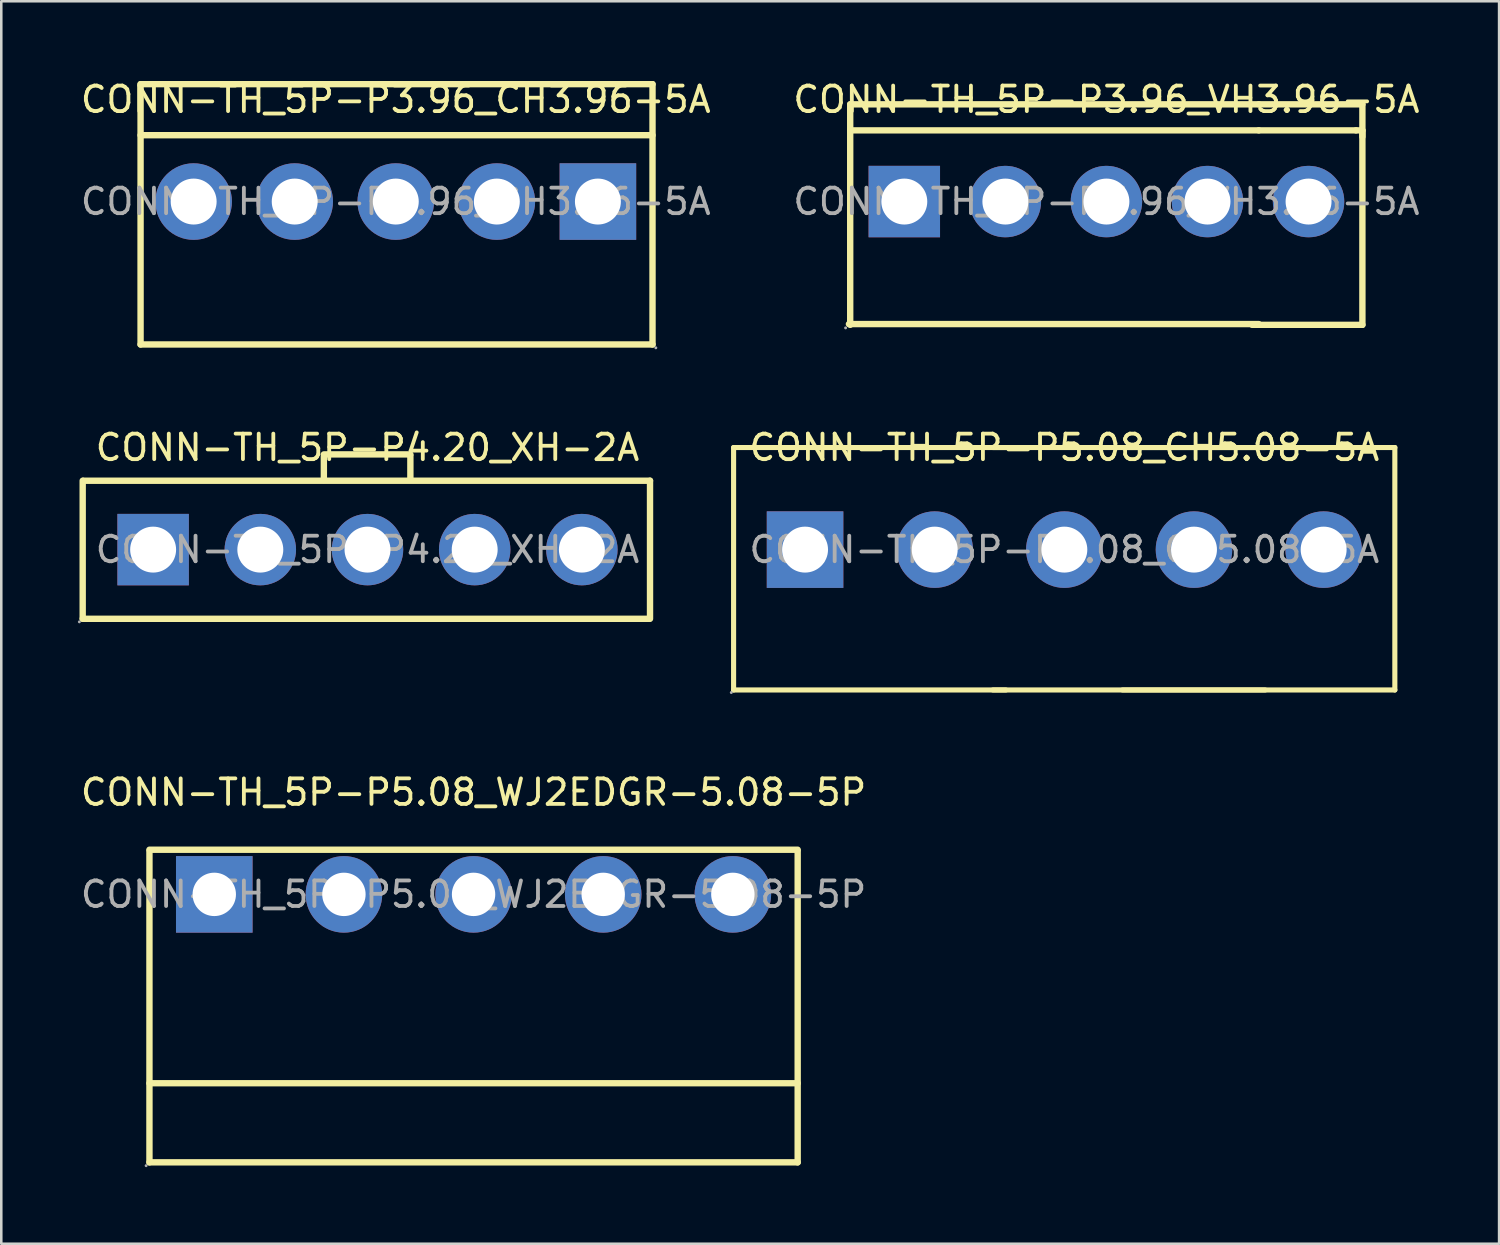
<source format=kicad_pcb>
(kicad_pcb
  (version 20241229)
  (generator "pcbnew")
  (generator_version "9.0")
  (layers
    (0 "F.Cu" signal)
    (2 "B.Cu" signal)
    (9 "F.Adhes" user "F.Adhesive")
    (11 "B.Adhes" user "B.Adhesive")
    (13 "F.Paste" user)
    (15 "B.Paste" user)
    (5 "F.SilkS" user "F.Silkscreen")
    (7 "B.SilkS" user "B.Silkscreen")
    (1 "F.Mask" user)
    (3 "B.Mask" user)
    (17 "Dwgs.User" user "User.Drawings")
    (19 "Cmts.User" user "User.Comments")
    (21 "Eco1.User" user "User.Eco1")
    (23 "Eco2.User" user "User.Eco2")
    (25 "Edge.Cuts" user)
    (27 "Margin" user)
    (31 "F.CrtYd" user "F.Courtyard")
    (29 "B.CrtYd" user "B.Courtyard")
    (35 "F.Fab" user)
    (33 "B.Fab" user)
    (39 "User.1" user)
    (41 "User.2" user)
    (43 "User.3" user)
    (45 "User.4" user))
  (footprint "CONN-TH_5P-P3.96_VH3.96-5A"
    (layer "F.Cu")
    (at 40.304 4.848)
    (property "Reference" "CONN-TH_5P-P3.96_VH3.96-5A" (at 0 -4 0) (layer "F.SilkS") (effects (font (size 1 1) (thickness 0.15))))
    (attr through_hole)
    (fp_line (start -10.09 4.8) (end 5.97 4.8) (stroke (width 0.25) (type solid)) (layer "F.SilkS"))
    (fp_line (start -10.04 -3.81) (end -10.04 4.83) (stroke (width 0.25) (type solid)) (layer "F.SilkS"))
    (fp_line (start -10.04 -2.79) (end 5.97 -2.79) (stroke (width 0.25) (type solid)) (layer "F.SilkS"))
    (fp_line (start 5.97 -3.81) (end -10.04 -3.81) (stroke (width 0.25) (type solid)) (layer "F.SilkS"))
    (fp_line (start 5.97 -3.81) (end 8 -3.81) (stroke (width 0.25) (type solid)) (layer "F.SilkS"))
    (fp_line (start 5.97 -2.79) (end 9.78 -2.79) (stroke (width 0.25) (type solid)) (layer "F.SilkS"))
    (fp_line (start 8 -3.81) (end 10.03 -3.81) (stroke (width 0.25) (type solid)) (layer "F.SilkS"))
    (fp_line (start 9.78 -2.79) (end 10.03 -2.79) (stroke (width 0.25) (type solid)) (layer "F.SilkS"))
    (fp_line (start 10.03 -3.81) (end 10.03 -2.54) (stroke (width 0.25) (type solid)) (layer "F.SilkS"))
    (fp_line (start 10.03 -2.79) (end 10.03 4.83) (stroke (width 0.25) (type solid)) (layer "F.SilkS"))
    (fp_line (start 10.03 4.83) (end 5.71 4.83) (stroke (width 0.25) (type solid)) (layer "F.SilkS"))
    (fp_circle (center -10.22 4.95) (end -10.19 4.95) (stroke (width 0.06) (type solid)) (fill no) (layer "F.Fab"))
    (fp_circle (center -7.92 0) (end -7.52 0) (stroke (width 0.8) (type solid)) (fill no) (layer "F.Fab"))
    (fp_circle (center -3.96 0) (end -3.56 0) (stroke (width 0.8) (type solid)) (fill no) (layer "F.Fab"))
    (fp_circle (center 0 0) (end 0.4 0) (stroke (width 0.8) (type solid)) (fill no) (layer "F.Fab"))
    (fp_circle (center 3.96 0) (end 4.36 0) (stroke (width 0.8) (type solid)) (fill no) (layer "F.Fab"))
    (fp_circle (center 7.92 0) (end 8.32 0) (stroke (width 0.8) (type solid)) (fill no) (layer "F.Fab"))
    (fp_text user "${REFERENCE}" (at 0 0 0) (layer "F.Fab") (effects (font (size 1 1) (thickness 0.15))))
    (pad "1" thru_hole rect (at -7.92 0) (size 2.8 2.8) (drill 1.8) (layers "*.Cu" "*.Paste" "*.Mask"))
    (pad "2" thru_hole circle (at -3.96 0) (size 2.8 2.8) (drill 1.8) (layers "*.Cu" "*.Paste" "*.Mask"))
    (pad "3" thru_hole circle (at 0 0) (size 2.8 2.8) (drill 1.8) (layers "*.Cu" "*.Paste" "*.Mask"))
    (pad "4" thru_hole circle (at 3.96 0) (size 2.8 2.8) (drill 1.8) (layers "*.Cu" "*.Paste" "*.Mask"))
    (pad "5" thru_hole circle (at 7.92 0) (size 2.8 2.8) (drill 1.8) (layers "*.Cu" "*.Paste" "*.Mask")))
  (footprint "CONN-TH_5P-P5.08_CH5.08-5A"
    (layer "F.Cu")
    (at 38.655 18.486)
    (property "Reference" "CONN-TH_5P-P5.08_CH5.08-5A" (at 0 -4 0) (layer "F.SilkS") (effects (font (size 1 1) (thickness 0.15))))
    (attr through_hole)
    (fp_line (start -12.96 -4) (end -12.96 5.5) (stroke (width 0.2) (type solid)) (layer "F.SilkS"))
    (fp_line (start -12.96 -4) (end -2.29 -4) (stroke (width 0.2) (type solid)) (layer "F.SilkS"))
    (fp_line (start -12.96 5.5) (end -2.29 5.5) (stroke (width 0.2) (type solid)) (layer "F.SilkS"))
    (fp_line (start -2.8 -4) (end 7.87 -4) (stroke (width 0.2) (type solid)) (layer "F.SilkS"))
    (fp_line (start -2.8 5.5) (end 7.87 5.5) (stroke (width 0.2) (type solid)) (layer "F.SilkS"))
    (fp_line (start 2.28 -4) (end 12.95 -4) (stroke (width 0.2) (type solid)) (layer "F.SilkS"))
    (fp_line (start 2.28 5.5) (end 12.95 5.5) (stroke (width 0.2) (type solid)) (layer "F.SilkS"))
    (fp_line (start 12.95 -4) (end 12.95 5.5) (stroke (width 0.2) (type solid)) (layer "F.SilkS"))
    (fp_circle (center -13.05 5.6) (end -13.02 5.6) (stroke (width 0.06) (type solid)) (fill no) (layer "F.Fab"))
    (fp_circle (center -10.16 0) (end -9.76 0) (stroke (width 0.8) (type solid)) (fill no) (layer "F.Fab"))
    (fp_circle (center -5.08 0) (end -4.68 0) (stroke (width 0.8) (type solid)) (fill no) (layer "F.Fab"))
    (fp_circle (center 0 0) (end 0.4 0) (stroke (width 0.8) (type solid)) (fill no) (layer "F.Fab"))
    (fp_circle (center 5.08 0) (end 5.48 0) (stroke (width 0.8) (type solid)) (fill no) (layer "F.Fab"))
    (fp_circle (center 10.16 0) (end 10.56 0) (stroke (width 0.8) (type solid)) (fill no) (layer "F.Fab"))
    (fp_text user "${REFERENCE}" (at 0 0 0) (layer "F.Fab") (effects (font (size 1 1) (thickness 0.15))))
    (pad "1" thru_hole rect (at -10.16 0) (size 3 3) (drill 1.8) (layers "*.Cu" "*.Paste" "*.Mask"))
    (pad "2" thru_hole circle (at -5.08 0) (size 3 3) (drill 1.8) (layers "*.Cu" "*.Paste" "*.Mask"))
    (pad "3" thru_hole circle (at 0 0) (size 3 3) (drill 1.8) (layers "*.Cu" "*.Paste" "*.Mask"))
    (pad "4" thru_hole circle (at 5.08 0) (size 3 3) (drill 1.8) (layers "*.Cu" "*.Paste" "*.Mask"))
    (pad "5" thru_hole circle (at 10.16 0) (size 3 3) (drill 1.8) (layers "*.Cu" "*.Paste" "*.Mask")))
  (footprint "CONN-TH_5P-P4.20_XH-2A"
    (layer "F.Cu")
    (at 11.35 18.486)
    (property "Reference" "CONN-TH_5P-P4.20_XH-2A" (at 0 -4 0) (layer "F.SilkS") (effects (font (size 1 1) (thickness 0.15))))
    (attr through_hole)
    (fp_line (start -11.16 -2.7) (end -11.16 2.71) (stroke (width 0.25) (type solid)) (layer "F.SilkS"))
    (fp_line (start -11.16 2.71) (end 11.04 2.71) (stroke (width 0.25) (type solid)) (layer "F.SilkS"))
    (fp_line (start -11.13 -2.7) (end 11.07 -2.7) (stroke (width 0.25) (type solid)) (layer "F.SilkS"))
    (fp_line (start -1.71 -3.73) (end 1.68 -3.73) (stroke (width 0.25) (type solid)) (layer "F.SilkS"))
    (fp_line (start -1.71 -3.65) (end -1.71 -2.73) (stroke (width 0.25) (type solid)) (layer "F.SilkS"))
    (fp_line (start 1.68 -3.68) (end 1.68 -2.75) (stroke (width 0.25) (type solid)) (layer "F.SilkS"))
    (fp_line (start 11.07 -2.7) (end 11.07 2.71) (stroke (width 0.25) (type solid)) (layer "F.SilkS"))
    (fp_circle (center -11.29 2.83) (end -11.26 2.83) (stroke (width 0.06) (type solid)) (fill no) (layer "F.Fab"))
    (fp_circle (center -8.4 0) (end -8 0) (stroke (width 0.8) (type solid)) (fill no) (layer "F.Fab"))
    (fp_circle (center -4.2 0) (end -3.8 0) (stroke (width 0.8) (type solid)) (fill no) (layer "F.Fab"))
    (fp_circle (center 0 0) (end 0.4 0) (stroke (width 0.8) (type solid)) (fill no) (layer "F.Fab"))
    (fp_circle (center 4.2 0) (end 4.6 0) (stroke (width 0.8) (type solid)) (fill no) (layer "F.Fab"))
    (fp_circle (center 8.4 0) (end 8.8 0) (stroke (width 0.8) (type solid)) (fill no) (layer "F.Fab"))
    (fp_text user "${REFERENCE}" (at 0 0 0) (layer "F.Fab") (effects (font (size 1 1) (thickness 0.15))))
    (pad "1" thru_hole rect (at -8.4 0) (size 2.8 2.8) (drill 1.8) (layers "*.Cu" "*.Paste" "*.Mask"))
    (pad "2" thru_hole circle (at -4.2 0) (size 2.8 2.8) (drill 1.8) (layers "*.Cu" "*.Paste" "*.Mask"))
    (pad "3" thru_hole circle (at 0 0) (size 2.8 2.8) (drill 1.8) (layers "*.Cu" "*.Paste" "*.Mask"))
    (pad "4" thru_hole circle (at 4.2 0) (size 2.8 2.8) (drill 1.8) (layers "*.Cu" "*.Paste" "*.Mask"))
    (pad "5" thru_hole circle (at 8.4 0) (size 2.8 2.8) (drill 1.8) (layers "*.Cu" "*.Paste" "*.Mask")))
  (footprint "CONN-TH_5P-P3.96_CH3.96-5A"
    (layer "F.Cu")
    (at 12.458 4.848)
    (property "Reference" "CONN-TH_5P-P3.96_CH3.96-5A" (at 0 -4 0) (layer "F.SilkS") (effects (font (size 1 1) (thickness 0.15))))
    (attr through_hole)
    (fp_line (start -10 -4.6) (end -10 5.6) (stroke (width 0.25) (type solid)) (layer "F.SilkS"))
    (fp_line (start -10 -4.6) (end 10.06 -4.6) (stroke (width 0.25) (type solid)) (layer "F.SilkS"))
    (fp_line (start -10 -2.6) (end 10.06 -2.6) (stroke (width 0.25) (type solid)) (layer "F.SilkS"))
    (fp_line (start -10 5.6) (end 10.06 5.6) (stroke (width 0.25) (type solid)) (layer "F.SilkS"))
    (fp_line (start 10.06 -4.6) (end 10.06 5.6) (stroke (width 0.25) (type solid)) (layer "F.SilkS"))
    (fp_circle (center -7.92 0) (end -7.52 0) (stroke (width 0.8) (type solid)) (fill no) (layer "F.Fab"))
    (fp_circle (center -3.96 0) (end -3.56 0) (stroke (width 0.8) (type solid)) (fill no) (layer "F.Fab"))
    (fp_circle (center 0 0) (end 0.4 0) (stroke (width 0.8) (type solid)) (fill no) (layer "F.Fab"))
    (fp_circle (center 3.96 0) (end 4.36 0) (stroke (width 0.8) (type solid)) (fill no) (layer "F.Fab"))
    (fp_circle (center 7.92 0) (end 8.32 0) (stroke (width 0.8) (type solid)) (fill no) (layer "F.Fab"))
    (fp_circle (center 10.19 5.73) (end 10.22 5.73) (stroke (width 0.06) (type solid)) (fill no) (layer "F.Fab"))
    (fp_text user "${REFERENCE}" (at 0 0 0) (layer "F.Fab") (effects (font (size 1 1) (thickness 0.15))))
    (pad "1" thru_hole rect (at 7.92 0) (size 3 3) (drill 1.8) (layers "*.Cu" "*.Paste" "*.Mask"))
    (pad "2" thru_hole circle (at 3.96 0) (size 3 3) (drill 1.8) (layers "*.Cu" "*.Paste" "*.Mask"))
    (pad "3" thru_hole circle (at 0 0) (size 3 3) (drill 1.8) (layers "*.Cu" "*.Paste" "*.Mask"))
    (pad "4" thru_hole circle (at -3.96 0) (size 3 3) (drill 1.8) (layers "*.Cu" "*.Paste" "*.Mask"))
    (pad "5" thru_hole circle (at -7.92 0) (size 3 3) (drill 1.8) (layers "*.Cu" "*.Paste" "*.Mask")))
  (footprint "CONN-TH_5P-P5.08_WJ2EDGR-5.08-5P"
    (layer "F.Cu")
    (at 15.506 31.995)
    (property "Reference" "CONN-TH_5P-P5.08_WJ2EDGR-5.08-5P" (at 0 -4 0) (layer "F.SilkS") (effects (font (size 1 1) (thickness 0.15))))
    (attr through_hole)
    (fp_line (start -12.7 7.4) (end 12.7 7.4) (stroke (width 0.25) (type solid)) (layer "F.SilkS"))
    (fp_line (start -12.7 10.5) (end -12.7 -1.7) (stroke (width 0.25) (type solid)) (layer "F.SilkS"))
    (fp_line (start -12.7 10.5) (end 12.7 10.5) (stroke (width 0.25) (type solid)) (layer "F.SilkS"))
    (fp_line (start 12.7 -1.75) (end -12.7 -1.75) (stroke (width 0.25) (type solid)) (layer "F.SilkS"))
    (fp_line (start 12.7 10.5) (end 12.7 -1.7) (stroke (width 0.25) (type solid)) (layer "F.SilkS"))
    (fp_circle (center -12.83 10.63) (end -12.8 10.63) (stroke (width 0.06) (type solid)) (fill no) (layer "F.Fab"))
    (fp_circle (center -10.16 0) (end -9.78 0) (stroke (width 0.75) (type solid)) (fill no) (layer "F.Fab"))
    (fp_circle (center -5.08 0) (end -4.7 0) (stroke (width 0.75) (type solid)) (fill no) (layer "F.Fab"))
    (fp_circle (center 0 0) (end 0.38 0) (stroke (width 0.75) (type solid)) (fill no) (layer "F.Fab"))
    (fp_circle (center 5.08 0) (end 5.46 0) (stroke (width 0.75) (type solid)) (fill no) (layer "F.Fab"))
    (fp_circle (center 10.16 0) (end 10.54 0) (stroke (width 0.75) (type solid)) (fill no) (layer "F.Fab"))
    (fp_text user "${REFERENCE}" (at 0 0 0) (layer "F.Fab") (effects (font (size 1 1) (thickness 0.15))))
    (pad "1" thru_hole rect (at -10.16 0) (size 3 3) (drill 1.7) (layers "*.Cu" "*.Paste" "*.Mask"))
    (pad "2" thru_hole circle (at -5.08 0) (size 3 3) (drill 1.7) (layers "*.Cu" "*.Paste" "*.Mask"))
    (pad "3" thru_hole circle (at 0 0) (size 3 3) (drill 1.7) (layers "*.Cu" "*.Paste" "*.Mask"))
    (pad "4" thru_hole circle (at 5.08 0) (size 3 3) (drill 1.7) (layers "*.Cu" "*.Paste" "*.Mask"))
    (pad "5" thru_hole circle (at 10.16 0) (size 3 3) (drill 1.7) (layers "*.Cu" "*.Paste" "*.Mask")))
  (gr_rect
    (start -3 -3)
    (end 55.69 45.685)
    (stroke (width 0.1) (type default))
    (fill no)
    (layer "Edge.Cuts")))
</source>
